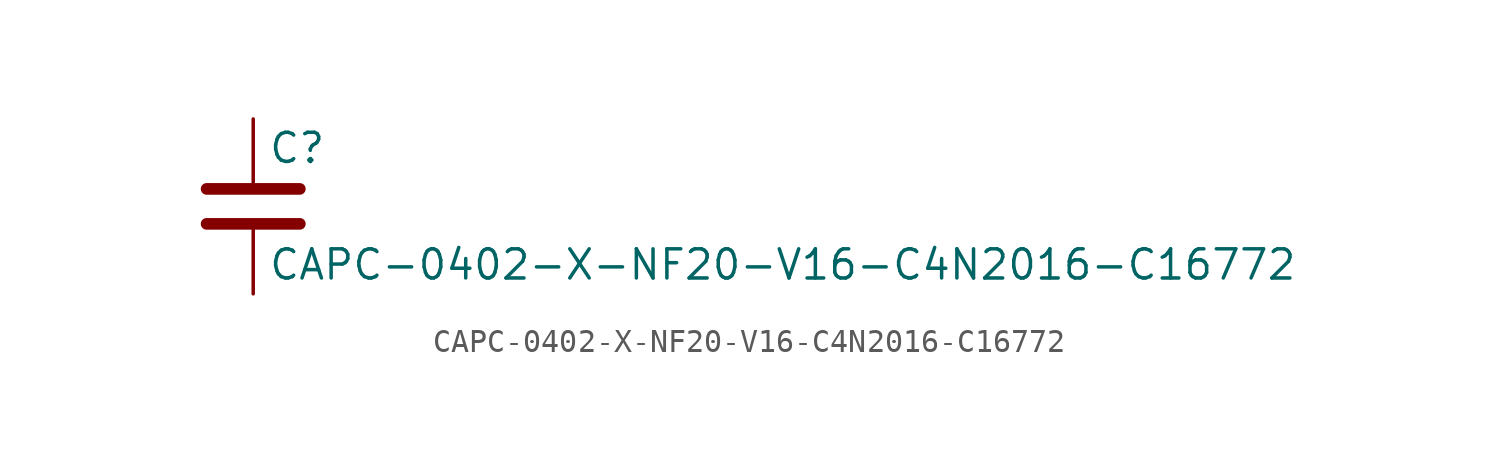
<source format=kicad_sym>
(kicad_symbol_lib
  (version 20211014)
  (generator kicad_symbol_editor)
  (symbol "CAPC-0402-X-NF20-V16-C4N2016-C16772"
    (pin_numbers hide)
    (pin_names
      (offset 0.254))
    (property "Reference" "C"
      (at 0.635 2.54 0)
      (effects (font (size 1.27 1.27)) (justify left)))
    (property "Value" "CAPC-0402-X-NF20-V16-C4N2016-C16772"
      (at 0.635 -2.54 0)
      (effects (font (size 1.27 1.27)) (justify left)))
    (symbol "CAPC-0402-X-NF20-V16-C4N2016-C16772_0_1"
      (polyline (pts (xy -2.032 -0.762) (xy 2.032 -0.762)) (stroke (width 0.508) (type default) (color 0 0 0 0)) (fill (type none)))
      (polyline (pts (xy -2.032 0.762) (xy 2.032 0.762)) (stroke (width 0.508) (type default) (color 0 0 0 0)) (fill (type none))))
    (symbol "CAPC-0402-X-NF20-V16-C4N2016-C16772_1_1"
      (pin passive line (at 0 3.81 270) (length 2.794) (name "~" (effects (font (size 1.27 1.27)))) (number "1" (effects (font (size 1.27 1.27)))))
      (pin passive line (at 0 -3.81 90) (length 2.794) (name "~" (effects (font (size 1.27 1.27)))) (number "2" (effects (font (size 1.27 1.27))))))))
</source>
